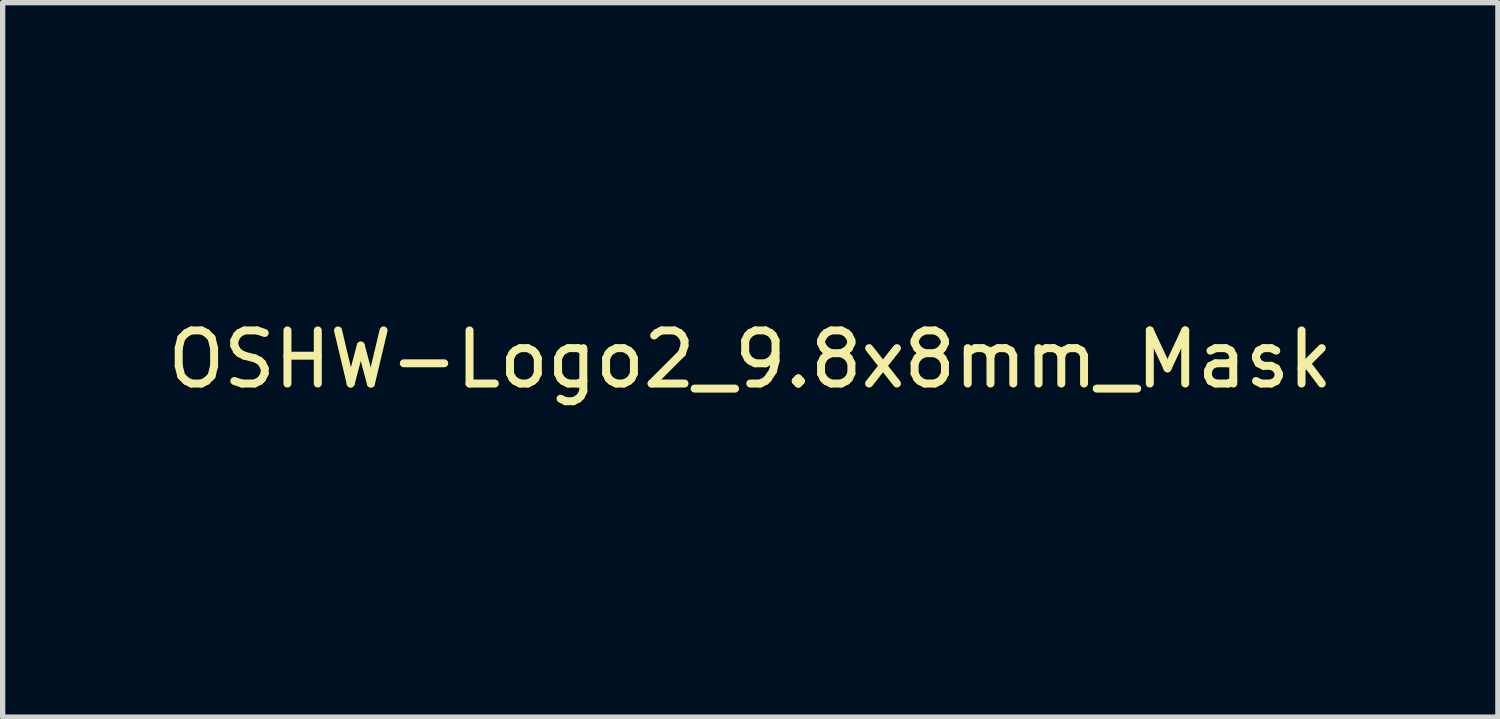
<source format=kicad_pcb>
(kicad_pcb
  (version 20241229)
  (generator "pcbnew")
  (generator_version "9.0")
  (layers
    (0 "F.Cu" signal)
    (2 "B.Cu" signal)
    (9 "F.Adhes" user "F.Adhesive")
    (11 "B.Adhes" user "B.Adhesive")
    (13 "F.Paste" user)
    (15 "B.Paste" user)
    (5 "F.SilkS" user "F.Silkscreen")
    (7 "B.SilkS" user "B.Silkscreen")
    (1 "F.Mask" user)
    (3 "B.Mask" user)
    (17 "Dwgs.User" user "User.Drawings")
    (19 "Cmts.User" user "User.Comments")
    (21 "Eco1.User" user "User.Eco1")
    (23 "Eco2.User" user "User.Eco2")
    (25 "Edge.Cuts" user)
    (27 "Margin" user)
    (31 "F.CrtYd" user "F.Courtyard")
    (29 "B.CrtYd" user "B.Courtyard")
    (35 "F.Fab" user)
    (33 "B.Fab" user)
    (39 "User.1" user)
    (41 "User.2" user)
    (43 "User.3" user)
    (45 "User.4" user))
  (footprint "OSHW-Logo2_9.8x8mm_Mask"
    (layer "F.Cu")
    (at 11.077 3.717)
    (property "Reference" "OSHW-Logo2_9.8x8mm_Mask" (at 0 0 0) (layer "F.SilkS") (effects (font (size 1 1) (thickness 0.15))))
    (attr exclude_from_pos_files exclude_from_bom)
    (fp_poly (pts (xy 3.571 2.637) (xy 3.594 2.647) (xy 3.65 2.691) (xy 3.698 2.755) (xy 3.727 2.823) (xy 3.732 2.857) (xy 3.716 2.904) (xy 3.68 2.928) (xy 3.643 2.943) (xy 3.625 2.946) (xy 3.617 2.926) (xy 3.6 2.882) (xy 3.593 2.863) (xy 3.552 2.794) (xy 3.493 2.76) (xy 3.417 2.761) (xy 3.411 2.763) (xy 3.37 2.782) (xy 3.34 2.819) (xy 3.32 2.88) (xy 3.308 2.968) (xy 3.303 3.088) (xy 3.302 3.152) (xy 3.302 3.252) (xy 3.3 3.321) (xy 3.296 3.365) (xy 3.287 3.39) (xy 3.274 3.405) (xy 3.253 3.416) (xy 3.252 3.416) (xy 3.213 3.433) (xy 3.194 3.439) (xy 3.191 3.42) (xy 3.188 3.369) (xy 3.186 3.292) (xy 3.185 3.196) (xy 3.185 3.125) (xy 3.186 2.989) (xy 3.19 2.885) (xy 3.2 2.808) (xy 3.216 2.752) (xy 3.24 2.711) (xy 3.274 2.679) (xy 3.308 2.656) (xy 3.388 2.626) (xy 3.482 2.62) (xy 3.571 2.637)) (stroke (width 0.01) (type solid)) (fill yes) (layer "F.Mask"))
    (fp_poly (pts (xy -1.728 2.595) (xy -1.666 2.631) (xy -1.622 2.667) (xy -1.59 2.705) (xy -1.568 2.751) (xy -1.554 2.812) (xy -1.547 2.895) (xy -1.544 3.007) (xy -1.544 3.087) (xy -1.544 3.382) (xy -1.71 3.457) (xy -1.719 3.133) (xy -1.723 3.013) (xy -1.728 2.925) (xy -1.733 2.865) (xy -1.74 2.825) (xy -1.75 2.801) (xy -1.763 2.786) (xy -1.767 2.783) (xy -1.831 2.757) (xy -1.896 2.767) (xy -1.934 2.794) (xy -1.95 2.813) (xy -1.961 2.838) (xy -1.968 2.876) (xy -1.972 2.934) (xy -1.973 3.018) (xy -1.973 3.106) (xy -1.973 3.216) (xy -1.975 3.294) (xy -1.982 3.347) (xy -1.995 3.381) (xy -2.018 3.404) (xy -2.053 3.421) (xy -2.1 3.439) (xy -2.152 3.458) (xy -2.146 3.111) (xy -2.143 2.986) (xy -2.14 2.894) (xy -2.136 2.828) (xy -2.13 2.781) (xy -2.121 2.748) (xy -2.108 2.722) (xy -2.092 2.699) (xy -2.018 2.625) (xy -1.926 2.582) (xy -1.827 2.571) (xy -1.728 2.595)) (stroke (width 0.01) (type solid)) (fill yes) (layer "F.Mask"))
    (fp_poly (pts (xy 0.713 2.625) (xy 0.802 2.657) (xy 0.874 2.715) (xy 0.902 2.756) (xy 0.933 2.831) (xy 0.932 2.885) (xy 0.9 2.921) (xy 0.888 2.928) (xy 0.837 2.947) (xy 0.81 2.942) (xy 0.802 2.91) (xy 0.801 2.892) (xy 0.785 2.826) (xy 0.742 2.78) (xy 0.683 2.758) (xy 0.617 2.763) (xy 0.564 2.792) (xy 0.546 2.809) (xy 0.533 2.829) (xy 0.524 2.859) (xy 0.519 2.907) (xy 0.515 2.978) (xy 0.512 3.08) (xy 0.511 3.112) (xy 0.509 3.222) (xy 0.506 3.3) (xy 0.501 3.351) (xy 0.494 3.383) (xy 0.483 3.401) (xy 0.467 3.412) (xy 0.457 3.417) (xy 0.413 3.433) (xy 0.388 3.439) (xy 0.379 3.421) (xy 0.374 3.365) (xy 0.372 3.272) (xy 0.374 3.141) (xy 0.374 3.121) (xy 0.377 3.002) (xy 0.381 2.914) (xy 0.386 2.853) (xy 0.393 2.809) (xy 0.404 2.778) (xy 0.419 2.751) (xy 0.427 2.74) (xy 0.472 2.69) (xy 0.522 2.651) (xy 0.528 2.647) (xy 0.618 2.62) (xy 0.713 2.625)) (stroke (width 0.01) (type solid)) (fill yes) (layer "F.Mask"))
    (fp_poly (pts (xy -0.84 2.492) (xy -0.834 2.572) (xy -0.828 2.619) (xy -0.819 2.64) (xy -0.805 2.64) (xy -0.801 2.637) (xy -0.744 2.62) (xy -0.669 2.621) (xy -0.593 2.639) (xy -0.545 2.663) (xy -0.496 2.7) (xy -0.461 2.743) (xy -0.436 2.797) (xy -0.421 2.869) (xy -0.413 2.966) (xy -0.41 3.095) (xy -0.41 3.119) (xy -0.41 3.396) (xy -0.472 3.417) (xy -0.516 3.432) (xy -0.54 3.439) (xy -0.54 3.439) (xy -0.543 3.42) (xy -0.545 3.37) (xy -0.546 3.293) (xy -0.547 3.197) (xy -0.547 3.139) (xy -0.547 3.025) (xy -0.549 2.943) (xy -0.552 2.886) (xy -0.558 2.849) (xy -0.568 2.825) (xy -0.583 2.806) (xy -0.592 2.797) (xy -0.655 2.761) (xy -0.724 2.759) (xy -0.786 2.789) (xy -0.798 2.8) (xy -0.815 2.821) (xy -0.826 2.845) (xy -0.834 2.881) (xy -0.838 2.934) (xy -0.84 3.012) (xy -0.84 3.121) (xy -0.84 3.396) (xy -0.902 3.417) (xy -0.945 3.432) (xy -0.969 3.439) (xy -0.97 3.439) (xy -0.972 3.42) (xy -0.974 3.367) (xy -0.975 3.286) (xy -0.976 3.18) (xy -0.977 3.055) (xy -0.977 2.916) (xy -0.977 2.382) (xy -0.85 2.328) (xy -0.84 2.492)) (stroke (width 0.01) (type solid)) (fill yes) (layer "F.Mask"))
    (fp_poly (pts (xy 2.396 2.637) (xy 2.399 2.688) (xy 2.401 2.766) (xy 2.403 2.865) (xy 2.403 2.968) (xy 2.403 3.319) (xy 2.341 3.38) (xy 2.299 3.418) (xy 2.261 3.434) (xy 2.21 3.433) (xy 2.19 3.43) (xy 2.127 3.423) (xy 2.074 3.419) (xy 2.061 3.419) (xy 2.018 3.421) (xy 1.957 3.427) (xy 1.933 3.43) (xy 1.874 3.435) (xy 1.834 3.425) (xy 1.795 3.394) (xy 1.781 3.38) (xy 1.719 3.319) (xy 1.719 2.664) (xy 1.769 2.641) (xy 1.812 2.624) (xy 1.837 2.618) (xy 1.844 2.637) (xy 1.85 2.689) (xy 1.855 2.768) (xy 1.859 2.87) (xy 1.861 2.955) (xy 1.866 3.292) (xy 1.913 3.299) (xy 1.955 3.294) (xy 1.976 3.279) (xy 1.982 3.251) (xy 1.987 3.192) (xy 1.99 3.108) (xy 1.992 3.009) (xy 1.993 2.957) (xy 1.993 2.661) (xy 2.054 2.64) (xy 2.098 2.625) (xy 2.122 2.618) (xy 2.122 2.618) (xy 2.125 2.637) (xy 2.127 2.688) (xy 2.13 2.766) (xy 2.132 2.864) (xy 2.134 2.955) (xy 2.139 3.292) (xy 2.257 3.292) (xy 2.262 2.985) (xy 2.267 2.677) (xy 2.325 2.648) (xy 2.367 2.627) (xy 2.392 2.618) (xy 2.392 2.618) (xy 2.396 2.637)) (stroke (width 0.01) (type solid)) (fill yes) (layer "F.Mask"))
    (fp_poly (pts (xy -3.983 2.587) (xy -3.892 2.635) (xy -3.824 2.713) (xy -3.8 2.763) (xy -3.781 2.838) (xy -3.772 2.932) (xy -3.771 3.035) (xy -3.778 3.136) (xy -3.793 3.223) (xy -3.815 3.286) (xy -3.822 3.297) (xy -3.903 3.377) (xy -4 3.425) (xy -4.104 3.439) (xy -4.21 3.418) (xy -4.239 3.405) (xy -4.297 3.364) (xy -4.347 3.311) (xy -4.352 3.304) (xy -4.371 3.271) (xy -4.384 3.236) (xy -4.391 3.19) (xy -4.395 3.125) (xy -4.396 3.03) (xy -4.396 3.009) (xy -4.396 3.002) (xy -4.201 3.002) (xy -4.2 3.091) (xy -4.195 3.151) (xy -4.186 3.189) (xy -4.17 3.215) (xy -4.162 3.224) (xy -4.115 3.257) (xy -4.07 3.256) (xy -4.024 3.227) (xy -3.996 3.196) (xy -3.98 3.151) (xy -3.971 3.079) (xy -3.97 3.071) (xy -3.969 2.942) (xy -3.985 2.846) (xy -4.019 2.784) (xy -4.07 2.756) (xy -4.088 2.755) (xy -4.136 2.763) (xy -4.169 2.789) (xy -4.189 2.839) (xy -4.199 2.919) (xy -4.201 3.002) (xy -4.396 3.002) (xy -4.395 2.908) (xy -4.392 2.838) (xy -4.386 2.789) (xy -4.374 2.753) (xy -4.356 2.722) (xy -4.352 2.716) (xy -4.286 2.636) (xy -4.213 2.59) (xy -4.125 2.572) (xy -4.095 2.571) (xy -3.983 2.587)) (stroke (width 0.01) (type solid)) (fill yes) (layer "F.Mask"))
    (fp_poly (pts (xy 4.245 2.648) (xy 4.323 2.698) (xy 4.36 2.744) (xy 4.389 2.826) (xy 4.392 2.891) (xy 4.386 2.977) (xy 4.186 3.065) (xy 4.089 3.11) (xy 4.025 3.146) (xy 3.992 3.177) (xy 3.986 3.207) (xy 4.005 3.241) (xy 4.025 3.263) (xy 4.084 3.298) (xy 4.148 3.301) (xy 4.207 3.273) (xy 4.25 3.218) (xy 4.258 3.199) (xy 4.295 3.138) (xy 4.338 3.113) (xy 4.396 3.09) (xy 4.396 3.174) (xy 4.391 3.231) (xy 4.371 3.279) (xy 4.328 3.334) (xy 4.322 3.342) (xy 4.275 3.391) (xy 4.234 3.417) (xy 4.183 3.429) (xy 4.141 3.433) (xy 4.066 3.434) (xy 4.012 3.421) (xy 3.979 3.403) (xy 3.926 3.362) (xy 3.89 3.318) (xy 3.867 3.262) (xy 3.854 3.187) (xy 3.85 3.084) (xy 3.849 3.032) (xy 3.851 2.97) (xy 3.968 2.97) (xy 3.97 3.003) (xy 3.973 3.009) (xy 3.996 3.001) (xy 4.044 2.982) (xy 4.109 2.954) (xy 4.122 2.948) (xy 4.204 2.906) (xy 4.249 2.87) (xy 4.259 2.835) (xy 4.236 2.801) (xy 4.216 2.785) (xy 4.145 2.755) (xy 4.079 2.76) (xy 4.024 2.797) (xy 3.986 2.863) (xy 3.973 2.916) (xy 3.968 2.97) (xy 3.851 2.97) (xy 3.852 2.911) (xy 3.861 2.821) (xy 3.879 2.755) (xy 3.909 2.707) (xy 3.953 2.669) (xy 3.972 2.656) (xy 4.059 2.624) (xy 4.154 2.622) (xy 4.245 2.648)) (stroke (width 0.01) (type solid)) (fill yes) (layer "F.Mask"))
    (fp_poly (pts (xy 1.602 2.78) (xy 1.602 2.926) (xy 1.601 3.039) (xy 1.599 3.123) (xy 1.595 3.184) (xy 1.59 3.227) (xy 1.582 3.259) (xy 1.571 3.283) (xy 1.563 3.297) (xy 1.497 3.373) (xy 1.412 3.421) (xy 1.319 3.438) (xy 1.226 3.423) (xy 1.17 3.394) (xy 1.112 3.346) (xy 1.072 3.286) (xy 1.048 3.209) (xy 1.037 3.105) (xy 1.036 3.028) (xy 1.036 3.023) (xy 1.172 3.023) (xy 1.173 3.11) (xy 1.177 3.168) (xy 1.186 3.206) (xy 1.201 3.233) (xy 1.22 3.254) (xy 1.283 3.294) (xy 1.351 3.297) (xy 1.415 3.264) (xy 1.42 3.26) (xy 1.441 3.236) (xy 1.455 3.208) (xy 1.462 3.167) (xy 1.465 3.102) (xy 1.465 3.031) (xy 1.464 2.942) (xy 1.46 2.882) (xy 1.451 2.843) (xy 1.436 2.815) (xy 1.423 2.8) (xy 1.364 2.763) (xy 1.295 2.758) (xy 1.23 2.787) (xy 1.218 2.797) (xy 1.196 2.821) (xy 1.183 2.849) (xy 1.176 2.891) (xy 1.173 2.956) (xy 1.172 3.023) (xy 1.036 3.023) (xy 1.04 2.906) (xy 1.056 2.814) (xy 1.087 2.744) (xy 1.134 2.69) (xy 1.17 2.663) (xy 1.237 2.633) (xy 1.314 2.619) (xy 1.386 2.622) (xy 1.426 2.637) (xy 1.442 2.642) (xy 1.453 2.626) (xy 1.46 2.583) (xy 1.465 2.518) (xy 1.471 2.446) (xy 1.48 2.402) (xy 1.495 2.377) (xy 1.522 2.361) (xy 1.539 2.354) (xy 1.602 2.327) (xy 1.602 2.78)) (stroke (width 0.01) (type solid)) (fill yes) (layer "F.Mask"))
    (fp_poly (pts (xy -2.466 2.6) (xy -2.389 2.652) (xy -2.329 2.726) (xy -2.294 2.822) (xy -2.286 2.892) (xy -2.287 2.921) (xy -2.294 2.943) (xy -2.313 2.963) (xy -2.35 2.986) (xy -2.41 3.015) (xy -2.5 3.055) (xy -2.501 3.055) (xy -2.584 3.093) (xy -2.652 3.127) (xy -2.698 3.153) (xy -2.716 3.167) (xy -2.716 3.167) (xy -2.701 3.199) (xy -2.665 3.233) (xy -2.624 3.258) (xy -2.603 3.263) (xy -2.546 3.246) (xy -2.497 3.203) (xy -2.474 3.156) (xy -2.451 3.122) (xy -2.406 3.082) (xy -2.353 3.048) (xy -2.306 3.029) (xy -2.297 3.028) (xy -2.286 3.045) (xy -2.285 3.088) (xy -2.293 3.146) (xy -2.308 3.207) (xy -2.329 3.261) (xy -2.33 3.264) (xy -2.392 3.351) (xy -2.473 3.41) (xy -2.565 3.439) (xy -2.66 3.436) (xy -2.752 3.397) (xy -2.756 3.395) (xy -2.828 3.33) (xy -2.875 3.245) (xy -2.901 3.133) (xy -2.905 3.102) (xy -2.911 2.954) (xy -2.903 2.884) (xy -2.716 2.884) (xy -2.713 2.928) (xy -2.7 2.94) (xy -2.667 2.931) (xy -2.615 2.908) (xy -2.556 2.881) (xy -2.555 2.88) (xy -2.505 2.854) (xy -2.485 2.836) (xy -2.49 2.818) (xy -2.511 2.794) (xy -2.563 2.759) (xy -2.62 2.757) (xy -2.671 2.782) (xy -2.706 2.831) (xy -2.716 2.884) (xy -2.903 2.884) (xy -2.898 2.835) (xy -2.865 2.741) (xy -2.82 2.675) (xy -2.737 2.609) (xy -2.646 2.576) (xy -2.554 2.574) (xy -2.466 2.6)) (stroke (width 0.01) (type solid)) (fill yes) (layer "F.Mask"))
    (fp_poly (pts (xy 0.054 2.626) (xy 0.13 2.655) (xy 0.131 2.655) (xy 0.178 2.69) (xy 0.213 2.731) (xy 0.238 2.784) (xy 0.254 2.856) (xy 0.264 2.953) (xy 0.27 3.082) (xy 0.27 3.1) (xy 0.277 3.377) (xy 0.218 3.408) (xy 0.175 3.429) (xy 0.149 3.439) (xy 0.148 3.439) (xy 0.143 3.421) (xy 0.139 3.372) (xy 0.137 3.3) (xy 0.137 3.242) (xy 0.137 3.148) (xy 0.132 3.089) (xy 0.118 3.061) (xy 0.085 3.06) (xy 0.03 3.081) (xy -0.054 3.12) (xy -0.115 3.153) (xy -0.147 3.181) (xy -0.156 3.212) (xy -0.156 3.213) (xy -0.141 3.266) (xy -0.095 3.295) (xy -0.026 3.299) (xy 0.024 3.298) (xy 0.051 3.313) (xy 0.067 3.347) (xy 0.077 3.391) (xy 0.063 3.416) (xy 0.058 3.42) (xy 0.009 3.434) (xy -0.058 3.437) (xy -0.128 3.427) (xy -0.178 3.41) (xy -0.246 3.351) (xy -0.285 3.27) (xy -0.293 3.207) (xy -0.287 3.15) (xy -0.266 3.104) (xy -0.224 3.062) (xy -0.155 3.021) (xy -0.055 2.974) (xy -0.049 2.971) (xy 0.041 2.93) (xy 0.097 2.895) (xy 0.121 2.865) (xy 0.116 2.833) (xy 0.084 2.797) (xy 0.075 2.789) (xy 0.012 2.757) (xy -0.054 2.758) (xy -0.111 2.79) (xy -0.149 2.848) (xy -0.152 2.859) (xy -0.187 2.915) (xy -0.23 2.942) (xy -0.293 2.968) (xy -0.293 2.9) (xy -0.274 2.8) (xy -0.217 2.709) (xy -0.188 2.678) (xy -0.12 2.639) (xy -0.035 2.622) (xy 0.054 2.626)) (stroke (width 0.01) (type solid)) (fill yes) (layer "F.Mask"))
    (fp_poly (pts (xy -3.231 2.585) (xy -3.156 2.622) (xy -3.091 2.69) (xy -3.072 2.716) (xy -3.053 2.749) (xy -3.04 2.785) (xy -3.032 2.833) (xy -3.029 2.903) (xy -3.028 2.994) (xy -3.032 3.12) (xy -3.043 3.214) (xy -3.065 3.285) (xy -3.1 3.338) (xy -3.149 3.383) (xy -3.153 3.385) (xy -3.202 3.412) (xy -3.261 3.426) (xy -3.336 3.429) (xy -3.458 3.429) (xy -3.458 3.547) (xy -3.459 3.613) (xy -3.466 3.652) (xy -3.484 3.675) (xy -3.519 3.695) (xy -3.527 3.699) (xy -3.566 3.718) (xy -3.596 3.729) (xy -3.619 3.73) (xy -3.635 3.717) (xy -3.645 3.685) (xy -3.65 3.63) (xy -3.652 3.549) (xy -3.652 3.437) (xy -3.65 3.292) (xy -3.65 3.248) (xy -3.648 3.098) (xy -3.646 3) (xy -3.458 3) (xy -3.457 3.083) (xy -3.453 3.138) (xy -3.442 3.174) (xy -3.423 3.201) (xy -3.41 3.215) (xy -3.358 3.254) (xy -3.312 3.258) (xy -3.264 3.225) (xy -3.263 3.224) (xy -3.244 3.199) (xy -3.232 3.164) (xy -3.226 3.112) (xy -3.224 3.031) (xy -3.224 3.013) (xy -3.228 2.902) (xy -3.243 2.825) (xy -3.269 2.778) (xy -3.309 2.757) (xy -3.332 2.755) (xy -3.387 2.765) (xy -3.425 2.798) (xy -3.447 2.858) (xy -3.457 2.95) (xy -3.458 3) (xy -3.646 3) (xy -3.646 2.982) (xy -3.643 2.895) (xy -3.639 2.831) (xy -3.634 2.786) (xy -3.627 2.754) (xy -3.617 2.73) (xy -3.604 2.709) (xy -3.598 2.701) (xy -3.525 2.627) (xy -3.432 2.584) (xy -3.325 2.573) (xy -3.231 2.585)) (stroke (width 0.01) (type solid)) (fill yes) (layer "F.Mask"))
    (fp_poly (pts (xy 2.887 2.634) (xy 2.944 2.659) (xy 2.988 2.69) (xy 3.02 2.725) (xy 3.042 2.77) (xy 3.057 2.831) (xy 3.064 2.915) (xy 3.067 3.028) (xy 3.068 3.103) (xy 3.068 3.393) (xy 3.018 3.416) (xy 2.979 3.433) (xy 2.959 3.439) (xy 2.955 3.421) (xy 2.952 3.372) (xy 2.951 3.3) (xy 2.95 3.243) (xy 2.949 3.161) (xy 2.944 3.096) (xy 2.938 3.056) (xy 2.933 3.048) (xy 2.898 3.057) (xy 2.844 3.079) (xy 2.781 3.109) (xy 2.72 3.141) (xy 2.674 3.17) (xy 2.652 3.19) (xy 2.652 3.19) (xy 2.654 3.227) (xy 2.671 3.262) (xy 2.7 3.291) (xy 2.743 3.3) (xy 2.78 3.299) (xy 2.832 3.298) (xy 2.859 3.31) (xy 2.876 3.343) (xy 2.878 3.349) (xy 2.885 3.395) (xy 2.866 3.423) (xy 2.816 3.436) (xy 2.763 3.438) (xy 2.666 3.42) (xy 2.616 3.394) (xy 2.554 3.333) (xy 2.522 3.258) (xy 2.519 3.178) (xy 2.546 3.104) (xy 2.588 3.058) (xy 2.63 3.032) (xy 2.695 2.999) (xy 2.771 2.966) (xy 2.784 2.96) (xy 2.867 2.924) (xy 2.916 2.891) (xy 2.931 2.859) (xy 2.917 2.822) (xy 2.892 2.794) (xy 2.833 2.759) (xy 2.768 2.756) (xy 2.709 2.783) (xy 2.666 2.837) (xy 2.661 2.851) (xy 2.628 2.902) (xy 2.581 2.94) (xy 2.52 2.971) (xy 2.52 2.883) (xy 2.524 2.829) (xy 2.539 2.787) (xy 2.573 2.741) (xy 2.605 2.706) (xy 2.655 2.657) (xy 2.694 2.631) (xy 2.736 2.62) (xy 2.783 2.618) (xy 2.887 2.634)) (stroke (width 0.01) (type solid)) (fill yes) (layer "F.Mask"))
    (fp_poly (pts (xy 0.14 -3.712) (xy 0.246 -3.712) (xy 0.322 -3.71) (xy 0.374 -3.707) (xy 0.407 -3.702) (xy 0.426 -3.695) (xy 0.435 -3.684) (xy 0.439 -3.67) (xy 0.44 -3.668) (xy 0.446 -3.636) (xy 0.459 -3.572) (xy 0.476 -3.483) (xy 0.496 -3.376) (xy 0.518 -3.258) (xy 0.518 -3.254) (xy 0.54 -3.138) (xy 0.561 -3.036) (xy 0.579 -2.953) (xy 0.592 -2.897) (xy 0.601 -2.872) (xy 0.601 -2.871) (xy 0.626 -2.859) (xy 0.676 -2.839) (xy 0.742 -2.814) (xy 0.742 -2.814) (xy 0.825 -2.783) (xy 0.923 -2.744) (xy 1.015 -2.704) (xy 1.019 -2.702) (xy 1.169 -2.634) (xy 1.501 -2.86) (xy 1.603 -2.929) (xy 1.696 -2.991) (xy 1.773 -3.042) (xy 1.83 -3.079) (xy 1.861 -3.098) (xy 1.864 -3.099) (xy 1.887 -3.093) (xy 1.93 -3.063) (xy 1.994 -3.008) (xy 2.081 -2.927) (xy 2.171 -2.84) (xy 2.256 -2.755) (xy 2.333 -2.677) (xy 2.397 -2.611) (xy 2.442 -2.563) (xy 2.464 -2.536) (xy 2.464 -2.535) (xy 2.467 -2.517) (xy 2.458 -2.487) (xy 2.435 -2.441) (xy 2.395 -2.376) (xy 2.338 -2.288) (xy 2.261 -2.173) (xy 2.193 -2.073) (xy 2.132 -1.983) (xy 2.081 -1.908) (xy 2.045 -1.854) (xy 2.027 -1.827) (xy 2.026 -1.825) (xy 2.028 -1.798) (xy 2.045 -1.747) (xy 2.073 -1.68) (xy 2.083 -1.659) (xy 2.127 -1.564) (xy 2.173 -1.456) (xy 2.211 -1.363) (xy 2.238 -1.294) (xy 2.26 -1.241) (xy 2.272 -1.214) (xy 2.274 -1.211) (xy 2.297 -1.208) (xy 2.351 -1.198) (xy 2.429 -1.184) (xy 2.524 -1.166) (xy 2.628 -1.146) (xy 2.735 -1.126) (xy 2.837 -1.107) (xy 2.927 -1.089) (xy 2.998 -1.075) (xy 3.042 -1.066) (xy 3.053 -1.063) (xy 3.064 -1.057) (xy 3.073 -1.042) (xy 3.079 -1.015) (xy 3.083 -0.97) (xy 3.085 -0.902) (xy 3.087 -0.806) (xy 3.087 -0.678) (xy 3.087 -0.625) (xy 3.087 -0.198) (xy 2.985 -0.178) (xy 2.927 -0.167) (xy 2.842 -0.151) (xy 2.739 -0.132) (xy 2.629 -0.111) (xy 2.599 -0.106) (xy 2.497 -0.086) (xy 2.408 -0.067) (xy 2.34 -0.049) (xy 2.3 -0.036) (xy 2.293 -0.032) (xy 2.277 -0.004) (xy 2.253 0.051) (xy 2.227 0.122) (xy 2.222 0.137) (xy 2.188 0.231) (xy 2.146 0.337) (xy 2.104 0.432) (xy 2.104 0.433) (xy 2.035 0.583) (xy 2.49 1.252) (xy 2.197 1.544) (xy 2.109 1.631) (xy 2.029 1.708) (xy 1.96 1.77) (xy 1.909 1.814) (xy 1.879 1.835) (xy 1.874 1.837) (xy 1.849 1.826) (xy 1.797 1.797) (xy 1.725 1.752) (xy 1.637 1.695) (xy 1.543 1.631) (xy 1.447 1.567) (xy 1.361 1.51) (xy 1.291 1.466) (xy 1.242 1.437) (xy 1.221 1.426) (xy 1.194 1.435) (xy 1.144 1.458) (xy 1.08 1.491) (xy 1.074 1.494) (xy 0.988 1.537) (xy 0.929 1.558) (xy 0.893 1.559) (xy 0.874 1.539) (xy 0.874 1.539) (xy 0.864 1.515) (xy 0.841 1.46) (xy 0.807 1.378) (xy 0.763 1.272) (xy 0.712 1.147) (xy 0.654 1.007) (xy 0.598 0.872) (xy 0.536 0.722) (xy 0.48 0.584) (xy 0.43 0.461) (xy 0.389 0.357) (xy 0.358 0.277) (xy 0.338 0.225) (xy 0.332 0.206) (xy 0.347 0.183) (xy 0.386 0.148) (xy 0.439 0.109) (xy 0.588 -0.015) (xy 0.705 -0.156) (xy 0.787 -0.313) (xy 0.834 -0.482) (xy 0.845 -0.66) (xy 0.837 -0.742) (xy 0.796 -0.913) (xy 0.724 -1.064) (xy 0.627 -1.193) (xy 0.509 -1.299) (xy 0.374 -1.381) (xy 0.227 -1.437) (xy 0.072 -1.465) (xy -0.087 -1.465) (xy -0.244 -1.435) (xy -0.396 -1.372) (xy -0.538 -1.277) (xy -0.597 -1.222) (xy -0.711 -1.083) (xy -0.79 -0.932) (xy -0.835 -0.771) (xy -0.847 -0.607) (xy -0.825 -0.443) (xy -0.772 -0.284) (xy -0.686 -0.134) (xy -0.569 0.002) (xy -0.439 0.109) (xy -0.384 0.15) (xy -0.346 0.185) (xy -0.332 0.206) (xy -0.339 0.229) (xy -0.36 0.283) (xy -0.392 0.366) (xy -0.434 0.471) (xy -0.485 0.596) (xy -0.542 0.736) (xy -0.598 0.872) (xy -0.66 1.021) (xy -0.717 1.16) (xy -0.768 1.283) (xy -0.811 1.387) (xy -0.844 1.467) (xy -0.866 1.519) (xy -0.874 1.539) (xy -0.893 1.558) (xy -0.929 1.558) (xy -0.988 1.537) (xy -1.073 1.495) (xy -1.074 1.494) (xy -1.138 1.461) (xy -1.19 1.437) (xy -1.219 1.426) (xy -1.221 1.426) (xy -1.243 1.437) (xy -1.292 1.466) (xy -1.362 1.511) (xy -1.447 1.567) (xy -1.543 1.631) (xy -1.639 1.696) (xy -1.727 1.753) (xy -1.799 1.797) (xy -1.85 1.826) (xy -1.874 1.837) (xy -1.897 1.823) (xy -1.942 1.786) (xy -2.006 1.729) (xy -2.083 1.656) (xy -2.169 1.572) (xy -2.198 1.544) (xy -2.49 1.251) (xy -2.267 0.925) (xy -2.2 0.825) (xy -2.14 0.735) (xy -2.093 0.661) (xy -2.06 0.607) (xy -2.045 0.579) (xy -2.045 0.577) (xy -2.053 0.551) (xy -2.073 0.498) (xy -2.103 0.427) (xy -2.124 0.38) (xy -2.164 0.29) (xy -2.201 0.198) (xy -2.23 0.121) (xy -2.237 0.098) (xy -2.26 0.035) (xy -2.281 -0.014) (xy -2.293 -0.032) (xy -2.319 -0.043) (xy -2.377 -0.059) (xy -2.458 -0.078) (xy -2.555 -0.098) (xy -2.599 -0.106) (xy -2.709 -0.126) (xy -2.815 -0.146) (xy -2.906 -0.163) (xy -2.972 -0.175) (xy -2.985 -0.178) (xy -3.087 -0.198) (xy -3.087 -0.625) (xy -3.087 -0.766) (xy -3.086 -0.872) (xy -3.084 -0.949) (xy -3.08 -1.002) (xy -3.075 -1.035) (xy -3.067 -1.053) (xy -3.057 -1.062) (xy -3.053 -1.063) (xy -3.028 -1.069) (xy -2.972 -1.08) (xy -2.892 -1.096) (xy -2.796 -1.114) (xy -2.691 -1.134) (xy -2.585 -1.155) (xy -2.483 -1.174) (xy -2.395 -1.19) (xy -2.325 -1.203) (xy -2.283 -1.21) (xy -2.274 -1.211) (xy -2.265 -1.228) (xy -2.246 -1.273) (xy -2.221 -1.338) (xy -2.211 -1.363) (xy -2.171 -1.46) (xy -2.125 -1.568) (xy -2.083 -1.659) (xy -2.052 -1.728) (xy -2.032 -1.785) (xy -2.025 -1.82) (xy -2.026 -1.825) (xy -2.041 -1.847) (xy -2.074 -1.896) (xy -2.121 -1.967) (xy -2.181 -2.055) (xy -2.248 -2.154) (xy -2.261 -2.173) (xy -2.339 -2.289) (xy -2.396 -2.377) (xy -2.435 -2.442) (xy -2.458 -2.487) (xy -2.467 -2.516) (xy -2.465 -2.535) (xy -2.464 -2.535) (xy -2.445 -2.559) (xy -2.402 -2.605) (xy -2.341 -2.669) (xy -2.265 -2.746) (xy -2.18 -2.831) (xy -2.171 -2.84) (xy -2.063 -2.944) (xy -1.98 -3.02) (xy -1.92 -3.07) (xy -1.882 -3.096) (xy -1.864 -3.099) (xy -1.84 -3.085) (xy -1.788 -3.052) (xy -1.714 -3.004) (xy -1.625 -2.944) (xy -1.525 -2.876) (xy -1.501 -2.86) (xy -1.169 -2.634) (xy -1.019 -2.702) (xy -0.928 -2.741) (xy -0.83 -2.781) (xy -0.746 -2.813) (xy -0.742 -2.814) (xy -0.677 -2.838) (xy -0.626 -2.859) (xy -0.601 -2.871) (xy -0.601 -2.871) (xy -0.593 -2.893) (xy -0.58 -2.948) (xy -0.562 -3.029) (xy -0.542 -3.129) (xy -0.52 -3.244) (xy -0.518 -3.254) (xy -0.496 -3.372) (xy -0.476 -3.479) (xy -0.459 -3.569) (xy -0.447 -3.634) (xy -0.44 -3.668) (xy -0.44 -3.668) (xy -0.435 -3.683) (xy -0.427 -3.693) (xy -0.41 -3.701) (xy -0.379 -3.707) (xy -0.329 -3.71) (xy -0.256 -3.712) (xy -0.153 -3.712) (xy -0.018 -3.712) (xy 0 -3.712) (xy 0.14 -3.712)) (stroke (width 0.01) (type solid)) (fill yes) (layer "F.Mask")))
  (gr_rect
    (start -3 -3)
    (end 25.155 10.453)
    (stroke (width 0.1) (type default))
    (fill no)
    (layer "Edge.Cuts")))
</source>
